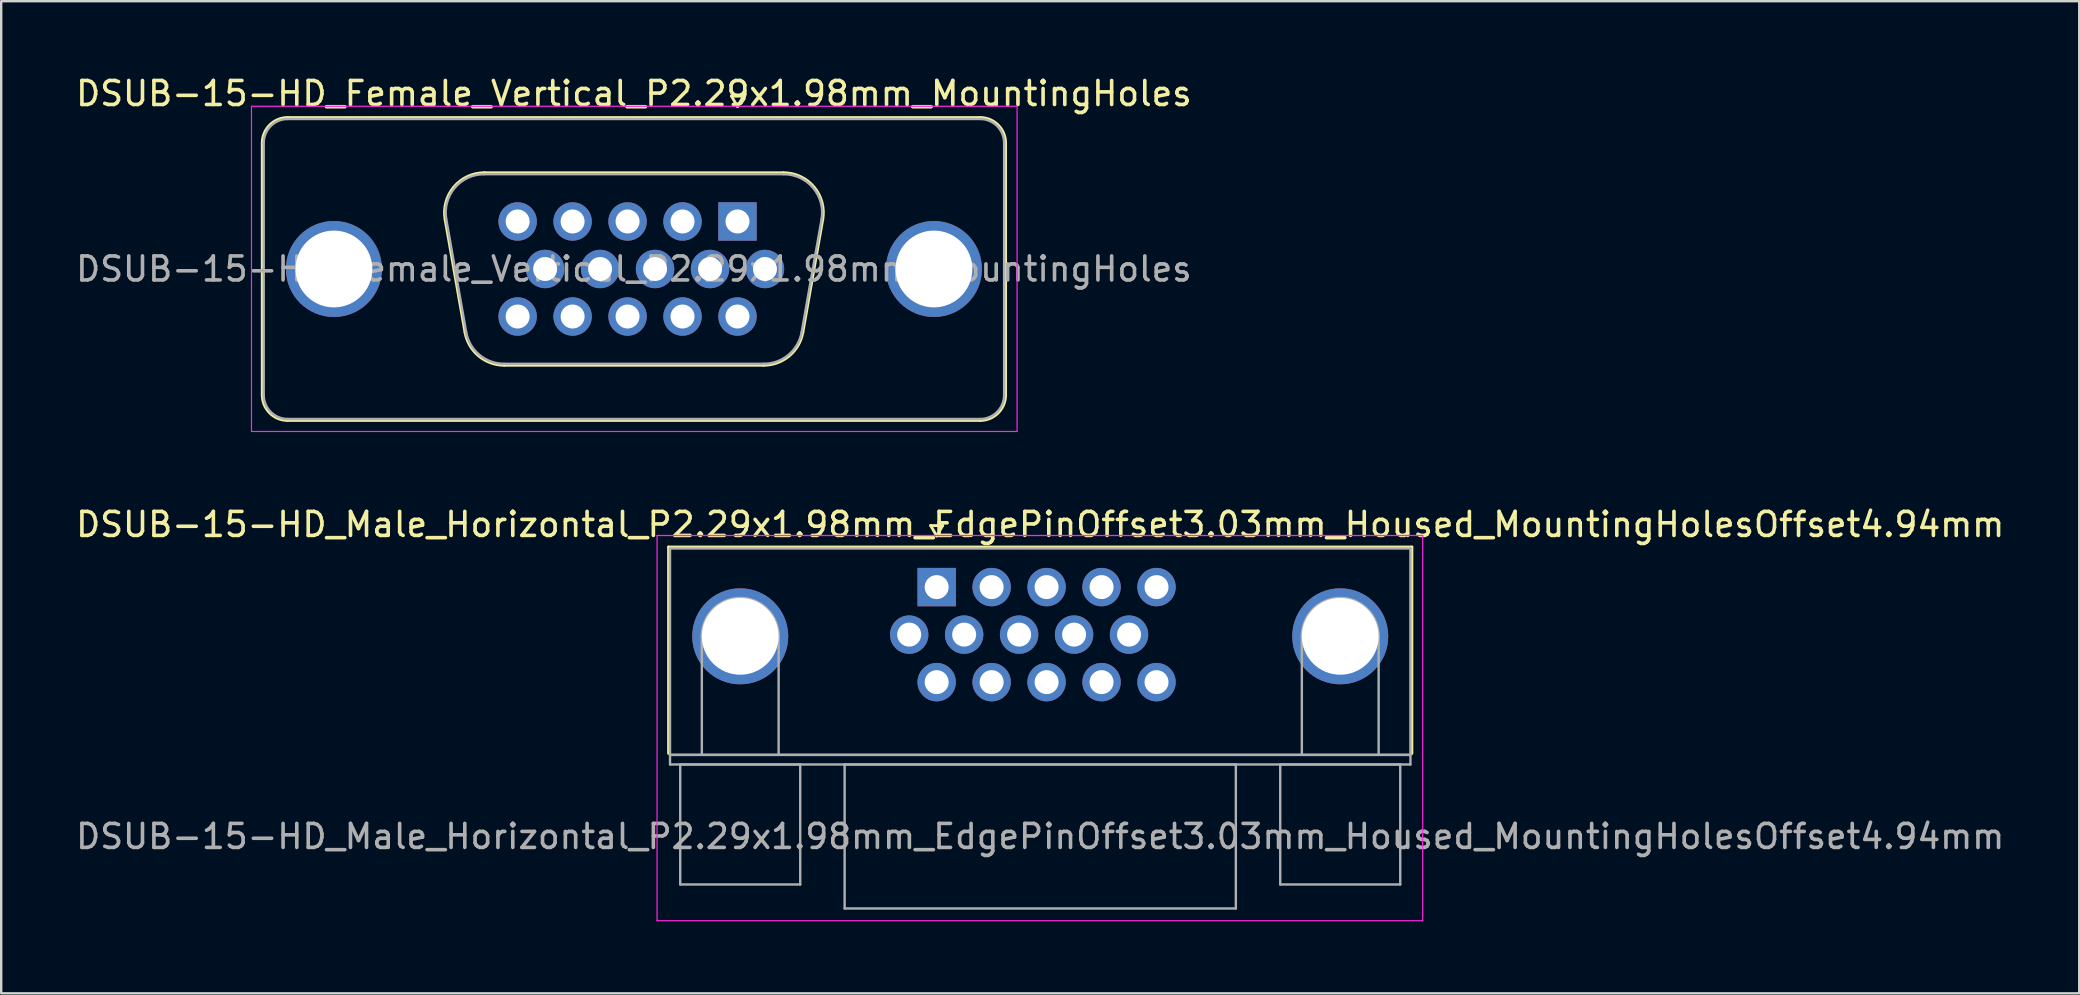
<source format=kicad_pcb>
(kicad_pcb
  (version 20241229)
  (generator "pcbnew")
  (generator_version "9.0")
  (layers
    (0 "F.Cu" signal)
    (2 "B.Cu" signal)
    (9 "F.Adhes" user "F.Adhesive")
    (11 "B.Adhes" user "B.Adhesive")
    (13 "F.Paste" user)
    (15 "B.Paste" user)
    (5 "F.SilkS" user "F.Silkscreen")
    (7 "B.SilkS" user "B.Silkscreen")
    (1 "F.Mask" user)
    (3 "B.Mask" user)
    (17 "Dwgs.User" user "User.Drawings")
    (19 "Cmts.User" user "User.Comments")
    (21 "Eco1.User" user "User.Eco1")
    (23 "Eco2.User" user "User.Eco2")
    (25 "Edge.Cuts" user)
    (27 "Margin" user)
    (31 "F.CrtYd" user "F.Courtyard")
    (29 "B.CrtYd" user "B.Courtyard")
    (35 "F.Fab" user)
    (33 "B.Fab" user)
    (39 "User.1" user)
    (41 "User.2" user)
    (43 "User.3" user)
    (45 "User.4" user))
  (footprint "DSUB-15-HD_Female_Vertical_P2.29x1.98mm_MountingHoles"
    (layer "F.Cu")
    (at 27.678 6.178)
    (property "Reference" "DSUB-15-HD_Female_Vertical_P2.29x1.98mm_MountingHoles" (at -4.315 -5.33 0) (layer "F.SilkS") (effects (font (size 1 1) (thickness 0.15))))
    (attr through_hole)
    (fp_line (start -19.8 7.23) (end -19.8 -3.27) (stroke (width 0.12) (type solid)) (layer "F.SilkS"))
    (fp_line (start -18.74 -4.33) (end 10.11 -4.33) (stroke (width 0.12) (type solid)) (layer "F.SilkS"))
    (fp_line (start -12.181 -0.082) (end -11.353 4.618) (stroke (width 0.12) (type solid)) (layer "F.SilkS"))
    (fp_line (start -10.547 -2.03) (end 1.917 -2.03) (stroke (width 0.12) (type solid)) (layer "F.SilkS"))
    (fp_line (start -9.718 5.99) (end 1.088 5.99) (stroke (width 0.12) (type solid)) (layer "F.SilkS"))
    (fp_line (start -0.25 -5.224) (end 0.25 -5.224) (stroke (width 0.12) (type solid)) (layer "F.SilkS"))
    (fp_line (start 0 -4.791) (end -0.25 -5.224) (stroke (width 0.12) (type solid)) (layer "F.SilkS"))
    (fp_line (start 0.25 -5.224) (end 0 -4.791) (stroke (width 0.12) (type solid)) (layer "F.SilkS"))
    (fp_line (start 3.551 -0.082) (end 2.723 4.618) (stroke (width 0.12) (type solid)) (layer "F.SilkS"))
    (fp_line (start 10.11 8.29) (end -18.74 8.29) (stroke (width 0.12) (type solid)) (layer "F.SilkS"))
    (fp_line (start 11.17 -3.27) (end 11.17 7.23) (stroke (width 0.12) (type solid)) (layer "F.SilkS"))
    (fp_arc (start -19.8 -3.27) (mid -19.489533 -4.019533) (end -18.74 -4.33) (stroke (width 0.12) (type solid)) (layer "F.SilkS"))
    (fp_arc (start -18.74 8.29) (mid -19.489533 7.979533) (end -19.8 7.23) (stroke (width 0.12) (type solid)) (layer "F.SilkS"))
    (fp_arc (start -12.18147 -0.081744) (mid -11.818323 -1.437028) (end -10.546689 -2.03) (stroke (width 0.12) (type solid)) (layer "F.SilkS"))
    (fp_arc (start -9.717952 5.99) (mid -10.784979 5.601634) (end -11.352733 4.618256) (stroke (width 0.12) (type solid)) (layer "F.SilkS"))
    (fp_arc (start 1.916689 -2.03) (mid 3.188323 -1.437027) (end 3.55147 -0.081744) (stroke (width 0.12) (type solid)) (layer "F.SilkS"))
    (fp_arc (start 2.722733 4.618256) (mid 2.15498 5.601634) (end 1.087952 5.99) (stroke (width 0.12) (type solid)) (layer "F.SilkS"))
    (fp_arc (start 10.11 -4.33) (mid 10.859533 -4.019533) (end 11.17 -3.27) (stroke (width 0.12) (type solid)) (layer "F.SilkS"))
    (fp_arc (start 11.17 7.23) (mid 10.859533 7.979533) (end 10.11 8.29) (stroke (width 0.12) (type solid)) (layer "F.SilkS"))
    (fp_line (start -20.25 -4.8) (end -20.25 8.75) (stroke (width 0.05) (type solid)) (layer "F.CrtYd"))
    (fp_line (start -20.25 8.75) (end 11.65 8.75) (stroke (width 0.05) (type solid)) (layer "F.CrtYd"))
    (fp_line (start 11.65 -4.8) (end -20.25 -4.8) (stroke (width 0.05) (type solid)) (layer "F.CrtYd"))
    (fp_line (start 11.65 8.75) (end 11.65 -4.8) (stroke (width 0.05) (type solid)) (layer "F.CrtYd"))
    (fp_line (start -19.74 7.23) (end -19.74 -3.27) (stroke (width 0.1) (type solid)) (layer "F.Fab"))
    (fp_line (start -18.74 -4.27) (end 10.11 -4.27) (stroke (width 0.1) (type solid)) (layer "F.Fab"))
    (fp_line (start -12.134 -0.092) (end -11.305 4.608) (stroke (width 0.1) (type solid)) (layer "F.Fab"))
    (fp_line (start -10.558 -1.97) (end 1.928 -1.97) (stroke (width 0.1) (type solid)) (layer "F.Fab"))
    (fp_line (start -9.729 5.93) (end 1.099 5.93) (stroke (width 0.1) (type solid)) (layer "F.Fab"))
    (fp_line (start 3.504 -0.092) (end 2.675 4.608) (stroke (width 0.1) (type solid)) (layer "F.Fab"))
    (fp_line (start 10.11 8.23) (end -18.74 8.23) (stroke (width 0.1) (type solid)) (layer "F.Fab"))
    (fp_line (start 11.11 -3.27) (end 11.11 7.23) (stroke (width 0.1) (type solid)) (layer "F.Fab"))
    (fp_arc (start -19.74 -3.27) (mid -19.447107 -3.977107) (end -18.74 -4.27) (stroke (width 0.1) (type solid)) (layer "F.Fab"))
    (fp_arc (start -18.74 8.23) (mid -19.447107 7.937107) (end -19.74 7.23) (stroke (width 0.1) (type solid)) (layer "F.Fab"))
    (fp_arc (start -12.133886 -0.092163) (mid -11.783865 -1.39846) (end -10.558194 -1.97) (stroke (width 0.1) (type solid)) (layer "F.Fab"))
    (fp_arc (start -9.729457 5.93) (mid -10.757917 5.555671) (end -11.305149 4.607837) (stroke (width 0.1) (type solid)) (layer "F.Fab"))
    (fp_arc (start 1.928194 -1.97) (mid 3.153865 -1.39846) (end 3.503886 -0.092163) (stroke (width 0.1) (type solid)) (layer "F.Fab"))
    (fp_arc (start 2.675149 4.607837) (mid 2.127917 5.555671) (end 1.099457 5.93) (stroke (width 0.1) (type solid)) (layer "F.Fab"))
    (fp_arc (start 10.11 -4.27) (mid 10.817107 -3.977107) (end 11.11 -3.27) (stroke (width 0.1) (type solid)) (layer "F.Fab"))
    (fp_arc (start 11.11 7.23) (mid 10.817107 7.937107) (end 10.11 8.23) (stroke (width 0.1) (type solid)) (layer "F.Fab"))
    (fp_text user "${REFERENCE}" (at -4.315 1.98 0) (layer "F.Fab") (effects (font (size 1 1) (thickness 0.15))))
    (pad "0" thru_hole circle (at -16.815 1.98) (size 4 4) (drill 3.2) (layers "*.Cu" "*.Mask"))
    (pad "0" thru_hole circle (at 8.185 1.98) (size 4 4) (drill 3.2) (layers "*.Cu" "*.Mask"))
    (pad "1" thru_hole rect (at 0 0) (size 1.6 1.6) (drill 1) (layers "*.Cu" "*.Mask"))
    (pad "2" thru_hole circle (at -2.29 0) (size 1.6 1.6) (drill 1) (layers "*.Cu" "*.Mask"))
    (pad "3" thru_hole circle (at -4.58 0) (size 1.6 1.6) (drill 1) (layers "*.Cu" "*.Mask"))
    (pad "4" thru_hole circle (at -6.87 0) (size 1.6 1.6) (drill 1) (layers "*.Cu" "*.Mask"))
    (pad "5" thru_hole circle (at -9.16 0) (size 1.6 1.6) (drill 1) (layers "*.Cu" "*.Mask"))
    (pad "6" thru_hole circle (at 1.145 1.98) (size 1.6 1.6) (drill 1) (layers "*.Cu" "*.Mask"))
    (pad "7" thru_hole circle (at -1.145 1.98) (size 1.6 1.6) (drill 1) (layers "*.Cu" "*.Mask"))
    (pad "8" thru_hole circle (at -3.435 1.98) (size 1.6 1.6) (drill 1) (layers "*.Cu" "*.Mask"))
    (pad "9" thru_hole circle (at -5.725 1.98) (size 1.6 1.6) (drill 1) (layers "*.Cu" "*.Mask"))
    (pad "10" thru_hole circle (at -8.015 1.98) (size 1.6 1.6) (drill 1) (layers "*.Cu" "*.Mask"))
    (pad "11" thru_hole circle (at 0 3.96) (size 1.6 1.6) (drill 1) (layers "*.Cu" "*.Mask"))
    (pad "12" thru_hole circle (at -2.29 3.96) (size 1.6 1.6) (drill 1) (layers "*.Cu" "*.Mask"))
    (pad "13" thru_hole circle (at -4.58 3.96) (size 1.6 1.6) (drill 1) (layers "*.Cu" "*.Mask"))
    (pad "14" thru_hole circle (at -6.87 3.96) (size 1.6 1.6) (drill 1) (layers "*.Cu" "*.Mask"))
    (pad "15" thru_hole circle (at -9.16 3.96) (size 1.6 1.6) (drill 1) (layers "*.Cu" "*.Mask")))
  (footprint "DSUB-15-HD_Male_Horizontal_P2.29x1.98mm_EdgePinOffset3.03mm_Housed_MountingHolesOffset4.94mm"
    (layer "F.Cu")
    (at 35.977 21.412)
    (property "Reference" "DSUB-15-HD_Male_Horizontal_P2.29x1.98mm_EdgePinOffset3.03mm_Housed_MountingHolesOffset4.94mm" (at 4.315 -2.61 0) (layer "F.SilkS") (effects (font (size 1 1) (thickness 0.15))))
    (attr through_hole)
    (fp_line (start -11.17 -1.67) (end 19.8 -1.67) (stroke (width 0.12) (type solid)) (layer "F.SilkS"))
    (fp_line (start -11.17 6.93) (end -11.17 -1.67) (stroke (width 0.12) (type solid)) (layer "F.SilkS"))
    (fp_line (start -0.25 -2.564) (end 0.25 -2.564) (stroke (width 0.12) (type solid)) (layer "F.SilkS"))
    (fp_line (start 0 -2.131) (end -0.25 -2.564) (stroke (width 0.12) (type solid)) (layer "F.SilkS"))
    (fp_line (start 0.25 -2.564) (end 0 -2.131) (stroke (width 0.12) (type solid)) (layer "F.SilkS"))
    (fp_line (start 19.8 -1.67) (end 19.8 6.93) (stroke (width 0.12) (type solid)) (layer "F.SilkS"))
    (fp_line (start -11.65 -2.15) (end -11.65 13.9) (stroke (width 0.05) (type solid)) (layer "F.CrtYd"))
    (fp_line (start -11.65 13.9) (end 20.25 13.9) (stroke (width 0.05) (type solid)) (layer "F.CrtYd"))
    (fp_line (start 20.25 -2.15) (end -11.65 -2.15) (stroke (width 0.05) (type solid)) (layer "F.CrtYd"))
    (fp_line (start 20.25 13.9) (end 20.25 -2.15) (stroke (width 0.05) (type solid)) (layer "F.CrtYd"))
    (fp_line (start -11.11 -1.61) (end -11.11 6.99) (stroke (width 0.1) (type solid)) (layer "F.Fab"))
    (fp_line (start -11.11 6.99) (end -11.11 7.39) (stroke (width 0.1) (type solid)) (layer "F.Fab"))
    (fp_line (start -11.11 6.99) (end 19.74 6.99) (stroke (width 0.1) (type solid)) (layer "F.Fab"))
    (fp_line (start -11.11 7.39) (end 19.74 7.39) (stroke (width 0.1) (type solid)) (layer "F.Fab"))
    (fp_line (start -10.685 7.39) (end -10.685 12.39) (stroke (width 0.1) (type solid)) (layer "F.Fab"))
    (fp_line (start -10.685 12.39) (end -5.685 12.39) (stroke (width 0.1) (type solid)) (layer "F.Fab"))
    (fp_line (start -9.785 6.99) (end -9.785 2.05) (stroke (width 0.1) (type solid)) (layer "F.Fab"))
    (fp_line (start -6.585 6.99) (end -6.585 2.05) (stroke (width 0.1) (type solid)) (layer "F.Fab"))
    (fp_line (start -5.685 7.39) (end -10.685 7.39) (stroke (width 0.1) (type solid)) (layer "F.Fab"))
    (fp_line (start -5.685 12.39) (end -5.685 7.39) (stroke (width 0.1) (type solid)) (layer "F.Fab"))
    (fp_line (start -3.835 7.39) (end -3.835 13.39) (stroke (width 0.1) (type solid)) (layer "F.Fab"))
    (fp_line (start -3.835 13.39) (end 12.465 13.39) (stroke (width 0.1) (type solid)) (layer "F.Fab"))
    (fp_line (start 12.465 7.39) (end -3.835 7.39) (stroke (width 0.1) (type solid)) (layer "F.Fab"))
    (fp_line (start 12.465 13.39) (end 12.465 7.39) (stroke (width 0.1) (type solid)) (layer "F.Fab"))
    (fp_line (start 14.315 7.39) (end 14.315 12.39) (stroke (width 0.1) (type solid)) (layer "F.Fab"))
    (fp_line (start 14.315 12.39) (end 19.315 12.39) (stroke (width 0.1) (type solid)) (layer "F.Fab"))
    (fp_line (start 15.215 6.99) (end 15.215 2.05) (stroke (width 0.1) (type solid)) (layer "F.Fab"))
    (fp_line (start 18.415 6.99) (end 18.415 2.05) (stroke (width 0.1) (type solid)) (layer "F.Fab"))
    (fp_line (start 19.315 7.39) (end 14.315 7.39) (stroke (width 0.1) (type solid)) (layer "F.Fab"))
    (fp_line (start 19.315 12.39) (end 19.315 7.39) (stroke (width 0.1) (type solid)) (layer "F.Fab"))
    (fp_line (start 19.74 -1.61) (end -11.11 -1.61) (stroke (width 0.1) (type solid)) (layer "F.Fab"))
    (fp_line (start 19.74 6.99) (end -11.11 6.99) (stroke (width 0.1) (type solid)) (layer "F.Fab"))
    (fp_line (start 19.74 6.99) (end 19.74 -1.61) (stroke (width 0.1) (type solid)) (layer "F.Fab"))
    (fp_line (start 19.74 7.39) (end 19.74 6.99) (stroke (width 0.1) (type solid)) (layer "F.Fab"))
    (fp_arc (start -9.785 2.05) (mid -8.185 0.45) (end -6.585 2.05) (stroke (width 0.1) (type solid)) (layer "F.Fab"))
    (fp_arc (start 15.215 2.05) (mid 16.815 0.45) (end 18.415 2.05) (stroke (width 0.1) (type solid)) (layer "F.Fab"))
    (fp_text user "${REFERENCE}" (at 4.315 10.39 0) (layer "F.Fab") (effects (font (size 1 1) (thickness 0.15))))
    (pad "0" thru_hole circle (at -8.185 2.05) (size 4 4) (drill 3.2) (layers "*.Cu" "*.Mask"))
    (pad "0" thru_hole circle (at 16.815 2.05) (size 4 4) (drill 3.2) (layers "*.Cu" "*.Mask"))
    (pad "1" thru_hole rect (at 0 0) (size 1.6 1.6) (drill 1) (layers "*.Cu" "*.Mask"))
    (pad "2" thru_hole circle (at 2.29 0) (size 1.6 1.6) (drill 1) (layers "*.Cu" "*.Mask"))
    (pad "3" thru_hole circle (at 4.58 0) (size 1.6 1.6) (drill 1) (layers "*.Cu" "*.Mask"))
    (pad "4" thru_hole circle (at 6.87 0) (size 1.6 1.6) (drill 1) (layers "*.Cu" "*.Mask"))
    (pad "5" thru_hole circle (at 9.16 0) (size 1.6 1.6) (drill 1) (layers "*.Cu" "*.Mask"))
    (pad "6" thru_hole circle (at -1.145 1.98) (size 1.6 1.6) (drill 1) (layers "*.Cu" "*.Mask"))
    (pad "7" thru_hole circle (at 1.145 1.98) (size 1.6 1.6) (drill 1) (layers "*.Cu" "*.Mask"))
    (pad "8" thru_hole circle (at 3.435 1.98) (size 1.6 1.6) (drill 1) (layers "*.Cu" "*.Mask"))
    (pad "9" thru_hole circle (at 5.725 1.98) (size 1.6 1.6) (drill 1) (layers "*.Cu" "*.Mask"))
    (pad "10" thru_hole circle (at 8.015 1.98) (size 1.6 1.6) (drill 1) (layers "*.Cu" "*.Mask"))
    (pad "11" thru_hole circle (at 0 3.96) (size 1.6 1.6) (drill 1) (layers "*.Cu" "*.Mask"))
    (pad "12" thru_hole circle (at 2.29 3.96) (size 1.6 1.6) (drill 1) (layers "*.Cu" "*.Mask"))
    (pad "13" thru_hole circle (at 4.58 3.96) (size 1.6 1.6) (drill 1) (layers "*.Cu" "*.Mask"))
    (pad "14" thru_hole circle (at 6.87 3.96) (size 1.6 1.6) (drill 1) (layers "*.Cu" "*.Mask"))
    (pad "15" thru_hole circle (at 9.16 3.96) (size 1.6 1.6) (drill 1) (layers "*.Cu" "*.Mask")))
  (gr_rect
    (start -3 -3)
    (end 83.583 38.337)
    (stroke (width 0.1) (type default))
    (fill no)
    (layer "Edge.Cuts")))
</source>
